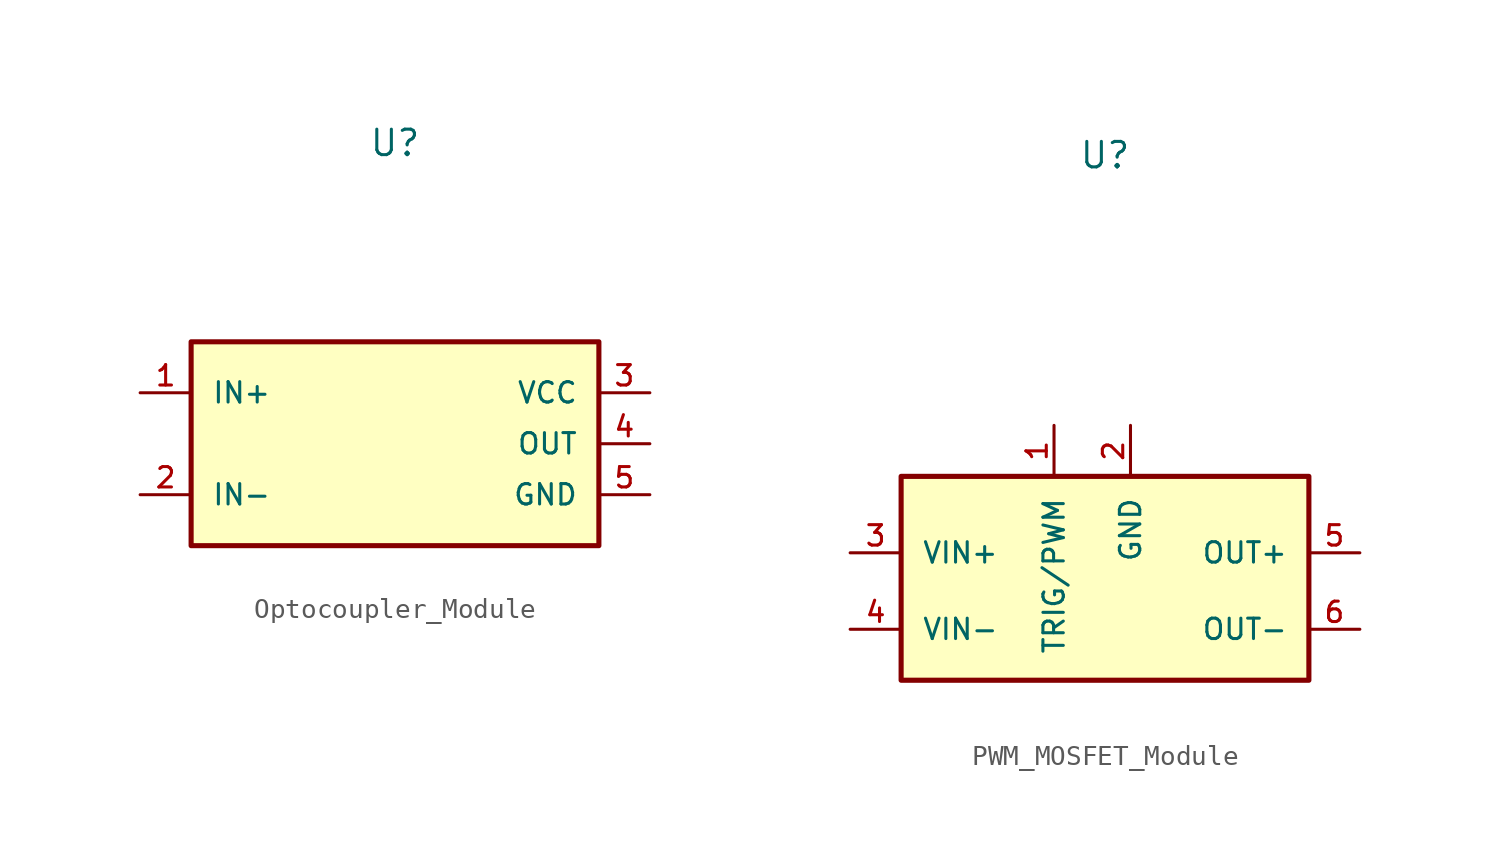
<source format=kicad_sym>
(kicad_symbol_lib
  (version 20231120)
  (generator "kicad_symbol_editor")
  (generator_version "8.0")
  (symbol "Optocoupler_Module"
    (pin_names
      (offset 1.016))
    (property "Reference" "U"
      (at 0 14.986 0)
      (effects (font (size 1.27 1.27))))
    (symbol "Optocoupler_Module_0_0"
      (rectangle (start -10.16 5.08) (end 10.16 -5.08) (stroke (width 0.254) (type default)) (fill (type background)))
      (pin input line (at -12.7 2.54 0) (length 2.54) (name "IN+" (effects (font (size 1.016 1.016)))) (number "1" (effects (font (size 1.016 1.016)))))
      (pin input line (at -12.7 -2.54 0) (length 2.54) (name "IN-" (effects (font (size 1.016 1.016)))) (number "2" (effects (font (size 1.016 1.016))))))
    (symbol "Optocoupler_Module_1_0"
      (pin power_out line (at 12.7 2.54 180) (length 2.54) (name "VCC" (effects (font (size 1.016 1.016)))) (number "3" (effects (font (size 1.016 1.016)))))
      (pin power_out line (at 12.7 0 180) (length 2.54) (name "OUT" (effects (font (size 1.016 1.016)))) (number "4" (effects (font (size 1.016 1.016)))))
      (pin power_out line (at 12.7 -2.54 180) (length 2.54) (name "GND" (effects (font (size 1.016 1.016)))) (number "5" (effects (font (size 1.016 1.016)))))))
  (symbol "PWM_MOSFET_Module"
    (pin_names
      (offset 1.016))
    (property "Reference" "U"
      (at 0 19.812 0)
      (effects (font (size 1.27 1.27))))
    (symbol "PWM_MOSFET_Module_0_0"
      (rectangle (start -10.16 3.81) (end 10.16 -6.35) (stroke (width 0.254) (type default)) (fill (type background)))
      (pin input line (at -2.54 6.35 270) (length 2.54) (name "TRIG/PWM" (effects (font (size 1.016 1.016)))) (number "1" (effects (font (size 1.016 1.016)))))
      (pin power_in line (at 1.27 6.35 270) (length 2.54) (name "GND" (effects (font (size 1.016 1.016)))) (number "2" (effects (font (size 1.016 1.016)))))
      (pin power_in line (at -12.7 0 0) (length 2.54) (name "VIN+" (effects (font (size 1.016 1.016)))) (number "3" (effects (font (size 1.016 1.016)))))
      (pin power_in line (at -12.7 -3.81 0) (length 2.54) (name "VIN-" (effects (font (size 1.016 1.016)))) (number "4" (effects (font (size 1.016 1.016)))))
      (pin power_out line (at 12.7 -3.81 180) (length 2.54) (name "OUT-" (effects (font (size 1.016 1.016)))) (number "6" (effects (font (size 1.016 1.016))))))
    (symbol "PWM_MOSFET_Module_1_0"
      (pin power_out line (at 12.7 0 180) (length 2.54) (name "OUT+" (effects (font (size 1.016 1.016)))) (number "5" (effects (font (size 1.016 1.016))))))))
</source>
